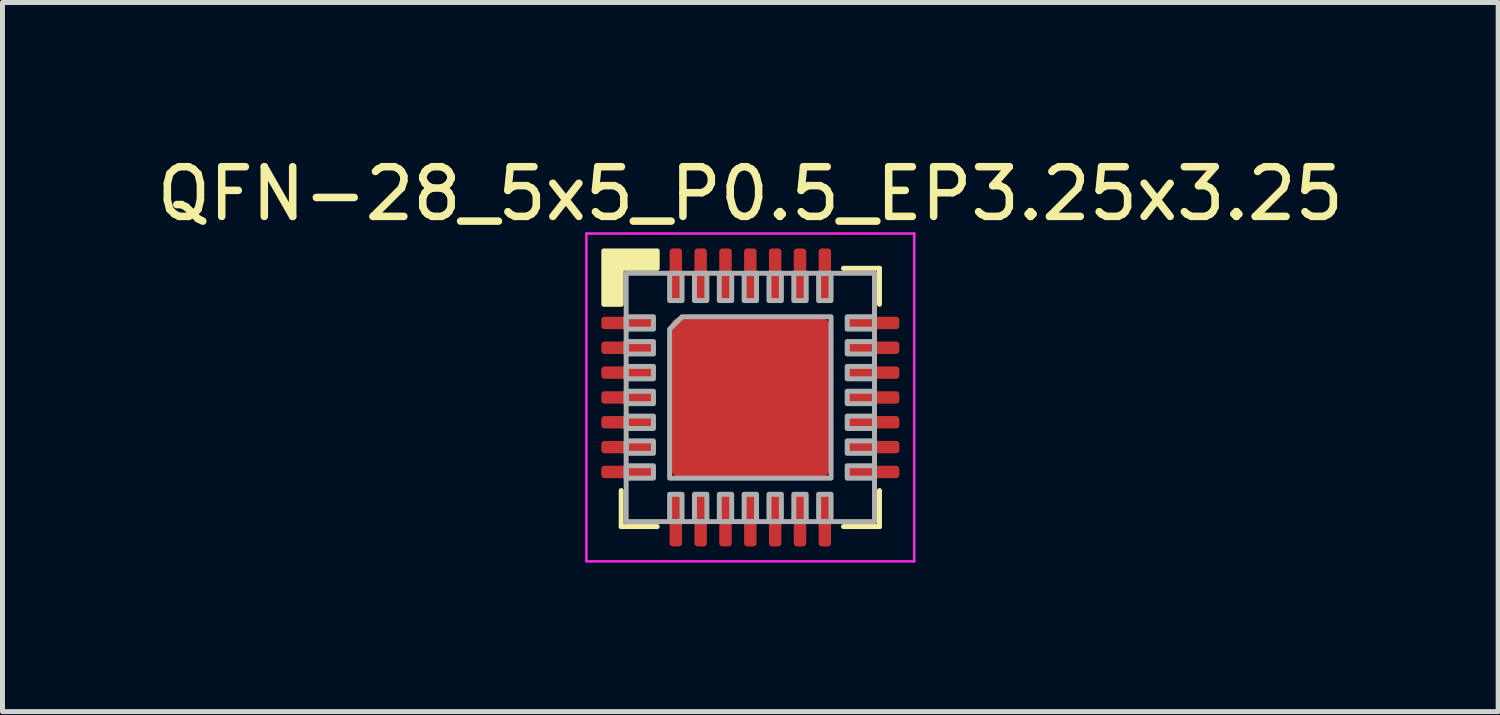
<source format=kicad_pcb>
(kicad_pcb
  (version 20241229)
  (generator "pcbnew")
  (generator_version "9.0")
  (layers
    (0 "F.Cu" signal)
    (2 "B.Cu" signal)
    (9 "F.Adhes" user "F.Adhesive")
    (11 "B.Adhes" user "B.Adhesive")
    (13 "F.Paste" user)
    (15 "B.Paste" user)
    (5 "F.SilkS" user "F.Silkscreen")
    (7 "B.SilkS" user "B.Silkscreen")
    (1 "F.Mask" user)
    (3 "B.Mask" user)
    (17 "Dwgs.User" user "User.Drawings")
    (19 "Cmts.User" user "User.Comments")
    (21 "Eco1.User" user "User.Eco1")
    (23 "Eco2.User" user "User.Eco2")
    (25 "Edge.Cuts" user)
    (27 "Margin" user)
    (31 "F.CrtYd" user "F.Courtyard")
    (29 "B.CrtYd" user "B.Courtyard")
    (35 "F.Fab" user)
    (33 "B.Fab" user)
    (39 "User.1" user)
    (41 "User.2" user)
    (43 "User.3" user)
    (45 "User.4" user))
  (footprint "QFN-28_5x5_P0.5_EP3.25x3.25"
    (layer "F.Cu")
    (at 12.057 4.952)
    (property "Reference" "QFN-28_5x5_P0.5_EP3.25x3.25" (at 0 -4.1 0) (layer "F.SilkS") (effects (font (size 1 1) (thickness 0.152))))
    (attr smd)
    (fp_line (start -2.6 1.875) (end -2.6 2.6) (stroke (width 0.1) (type solid)) (layer "F.SilkS"))
    (fp_line (start -1.875 2.6) (end -2.6 2.6) (stroke (width 0.1) (type solid)) (layer "F.SilkS"))
    (fp_line (start 1.875 -2.6) (end 2.6 -2.6) (stroke (width 0.1) (type solid)) (layer "F.SilkS"))
    (fp_line (start 1.875 2.6) (end 2.6 2.6) (stroke (width 0.1) (type solid)) (layer "F.SilkS"))
    (fp_line (start 2.6 -1.875) (end 2.6 -2.6) (stroke (width 0.1) (type solid)) (layer "F.SilkS"))
    (fp_line (start 2.6 1.875) (end 2.6 2.6) (stroke (width 0.1) (type solid)) (layer "F.SilkS"))
    (fp_poly (pts (xy -1.875 -2.6) (xy -2.6 -2.6) (xy -2.6 -1.875) (xy -2.95 -1.875) (xy -2.95 -2.95) (xy -1.875 -2.95)) (stroke (width 0.1) (type solid)) (fill yes) (layer "F.SilkS"))
    (fp_line (start -3.3 -3.3) (end -3.3 3.3) (stroke (width 0.05) (type solid)) (layer "F.CrtYd"))
    (fp_line (start -3.3 3.3) (end 3.3 3.3) (stroke (width 0.05) (type solid)) (layer "F.CrtYd"))
    (fp_line (start 3.3 -3.3) (end -3.3 -3.3) (stroke (width 0.05) (type solid)) (layer "F.CrtYd"))
    (fp_line (start 3.3 3.3) (end 3.3 -3.3) (stroke (width 0.05) (type solid)) (layer "F.CrtYd"))
    (fp_line (start -2.5 -2.5) (end 2.5 -2.5) (stroke (width 0.1) (type solid)) (layer "F.Fab"))
    (fp_line (start -2.5 2.5) (end -2.5 -2.5) (stroke (width 0.1) (type solid)) (layer "F.Fab"))
    (fp_line (start 2.5 -2.5) (end 2.5 2.5) (stroke (width 0.1) (type solid)) (layer "F.Fab"))
    (fp_line (start 2.5 2.5) (end -2.5 2.5) (stroke (width 0.1) (type solid)) (layer "F.Fab"))
    (fp_poly (pts (xy -1.95 -1.625) (xy -1.95 -1.375) (xy -2.5 -1.375) (xy -2.5 -1.625)) (stroke (width 0.1) (type solid)) (fill no) (layer "F.Fab"))
    (fp_poly (pts (xy -1.95 -1.125) (xy -1.95 -0.875) (xy -2.5 -0.875) (xy -2.5 -1.125)) (stroke (width 0.1) (type solid)) (fill no) (layer "F.Fab"))
    (fp_poly (pts (xy -1.95 -0.625) (xy -1.95 -0.375) (xy -2.5 -0.375) (xy -2.5 -0.625)) (stroke (width 0.1) (type solid)) (fill no) (layer "F.Fab"))
    (fp_poly (pts (xy -1.95 -0.125) (xy -1.95 0.125) (xy -2.5 0.125) (xy -2.5 -0.125)) (stroke (width 0.1) (type solid)) (fill no) (layer "F.Fab"))
    (fp_poly (pts (xy -1.95 0.375) (xy -1.95 0.625) (xy -2.5 0.625) (xy -2.5 0.375)) (stroke (width 0.1) (type solid)) (fill no) (layer "F.Fab"))
    (fp_poly (pts (xy -1.95 0.875) (xy -1.95 1.125) (xy -2.5 1.125) (xy -2.5 0.875)) (stroke (width 0.1) (type solid)) (fill no) (layer "F.Fab"))
    (fp_poly (pts (xy -1.95 1.375) (xy -1.95 1.625) (xy -2.5 1.625) (xy -2.5 1.375)) (stroke (width 0.1) (type solid)) (fill no) (layer "F.Fab"))
    (fp_poly (pts (xy -1.625 1.95) (xy -1.375 1.95) (xy -1.375 2.5) (xy -1.625 2.5)) (stroke (width 0.1) (type solid)) (fill no) (layer "F.Fab"))
    (fp_poly (pts (xy -1.375 -1.95) (xy -1.625 -1.95) (xy -1.625 -2.5) (xy -1.375 -2.5)) (stroke (width 0.1) (type solid)) (fill no) (layer "F.Fab"))
    (fp_poly (pts (xy -1.125 1.95) (xy -0.875 1.95) (xy -0.875 2.5) (xy -1.125 2.5)) (stroke (width 0.1) (type solid)) (fill no) (layer "F.Fab"))
    (fp_poly (pts (xy -0.875 -1.95) (xy -1.125 -1.95) (xy -1.125 -2.5) (xy -0.875 -2.5)) (stroke (width 0.1) (type solid)) (fill no) (layer "F.Fab"))
    (fp_poly (pts (xy -0.625 1.95) (xy -0.375 1.95) (xy -0.375 2.5) (xy -0.625 2.5)) (stroke (width 0.1) (type solid)) (fill no) (layer "F.Fab"))
    (fp_poly (pts (xy -0.375 -1.95) (xy -0.625 -1.95) (xy -0.625 -2.5) (xy -0.375 -2.5)) (stroke (width 0.1) (type solid)) (fill no) (layer "F.Fab"))
    (fp_poly (pts (xy -0.125 1.95) (xy 0.125 1.95) (xy 0.125 2.5) (xy -0.125 2.5)) (stroke (width 0.1) (type solid)) (fill no) (layer "F.Fab"))
    (fp_poly (pts (xy 0.125 -1.95) (xy -0.125 -1.95) (xy -0.125 -2.5) (xy 0.125 -2.5)) (stroke (width 0.1) (type solid)) (fill no) (layer "F.Fab"))
    (fp_poly (pts (xy 0.375 1.95) (xy 0.625 1.95) (xy 0.625 2.5) (xy 0.375 2.5)) (stroke (width 0.1) (type solid)) (fill no) (layer "F.Fab"))
    (fp_poly (pts (xy 0.625 -1.95) (xy 0.375 -1.95) (xy 0.375 -2.5) (xy 0.625 -2.5)) (stroke (width 0.1) (type solid)) (fill no) (layer "F.Fab"))
    (fp_poly (pts (xy 0.875 1.95) (xy 1.125 1.95) (xy 1.125 2.5) (xy 0.875 2.5)) (stroke (width 0.1) (type solid)) (fill no) (layer "F.Fab"))
    (fp_poly (pts (xy 1.125 -1.95) (xy 0.875 -1.95) (xy 0.875 -2.5) (xy 1.125 -2.5)) (stroke (width 0.1) (type solid)) (fill no) (layer "F.Fab"))
    (fp_poly (pts (xy 1.375 1.95) (xy 1.625 1.95) (xy 1.625 2.5) (xy 1.375 2.5)) (stroke (width 0.1) (type solid)) (fill no) (layer "F.Fab"))
    (fp_poly (pts (xy 1.625 -1.95) (xy 1.375 -1.95) (xy 1.375 -2.5) (xy 1.625 -2.5)) (stroke (width 0.1) (type solid)) (fill no) (layer "F.Fab"))
    (fp_poly (pts (xy 1.95 -1.375) (xy 1.95 -1.625) (xy 2.5 -1.625) (xy 2.5 -1.375)) (stroke (width 0.1) (type solid)) (fill no) (layer "F.Fab"))
    (fp_poly (pts (xy 1.95 -0.875) (xy 1.95 -1.125) (xy 2.5 -1.125) (xy 2.5 -0.875)) (stroke (width 0.1) (type solid)) (fill no) (layer "F.Fab"))
    (fp_poly (pts (xy 1.95 -0.375) (xy 1.95 -0.625) (xy 2.5 -0.625) (xy 2.5 -0.375)) (stroke (width 0.1) (type solid)) (fill no) (layer "F.Fab"))
    (fp_poly (pts (xy 1.95 0.125) (xy 1.95 -0.125) (xy 2.5 -0.125) (xy 2.5 0.125)) (stroke (width 0.1) (type solid)) (fill no) (layer "F.Fab"))
    (fp_poly (pts (xy 1.95 0.625) (xy 1.95 0.375) (xy 2.5 0.375) (xy 2.5 0.625)) (stroke (width 0.1) (type solid)) (fill no) (layer "F.Fab"))
    (fp_poly (pts (xy 1.95 1.125) (xy 1.95 0.875) (xy 2.5 0.875) (xy 2.5 1.125)) (stroke (width 0.1) (type solid)) (fill no) (layer "F.Fab"))
    (fp_poly (pts (xy 1.95 1.625) (xy 1.95 1.375) (xy 2.5 1.375) (xy 2.5 1.625)) (stroke (width 0.1) (type solid)) (fill no) (layer "F.Fab"))
    (fp_poly (pts (xy 1.625 1.625) (xy -1.625 1.625) (xy -1.625 -1.375) (xy -1.375 -1.625) (xy 1.625 -1.625)) (stroke (width 0.1) (type solid)) (fill no) (layer "F.Fab"))
    (pad "" smd roundrect (at -0.812 -0.812) (size 1.16 1.16) (layers "F.Paste") (roundrect_rratio 0.086))
    (pad "" smd roundrect (at -0.812 0.812) (size 1.16 1.16) (layers "F.Paste") (roundrect_rratio 0.086))
    (pad "" smd roundrect (at 0.812 -0.812) (size 1.16 1.16) (layers "F.Paste") (roundrect_rratio 0.086))
    (pad "" smd roundrect (at 0.812 0.812) (size 1.16 1.16) (layers "F.Paste") (roundrect_rratio 0.086))
    (pad "1" smd roundrect (at -2.475 -1.5) (size 1.05 0.25) (layers "F.Cu" "F.Mask" "F.Paste") (roundrect_rratio 0.25))
    (pad "2" smd roundrect (at -2.475 -1) (size 1.05 0.25) (layers "F.Cu" "F.Mask" "F.Paste") (roundrect_rratio 0.25))
    (pad "3" smd roundrect (at -2.475 -0.5) (size 1.05 0.25) (layers "F.Cu" "F.Mask" "F.Paste") (roundrect_rratio 0.25))
    (pad "4" smd roundrect (at -2.475 0) (size 1.05 0.25) (layers "F.Cu" "F.Mask" "F.Paste") (roundrect_rratio 0.25))
    (pad "5" smd roundrect (at -2.475 0.5) (size 1.05 0.25) (layers "F.Cu" "F.Mask" "F.Paste") (roundrect_rratio 0.25))
    (pad "6" smd roundrect (at -2.475 1) (size 1.05 0.25) (layers "F.Cu" "F.Mask" "F.Paste") (roundrect_rratio 0.25))
    (pad "7" smd roundrect (at -2.475 1.5 180) (size 1.05 0.25) (layers "F.Cu" "F.Mask" "F.Paste") (roundrect_rratio 0.25))
    (pad "8" smd roundrect (at -1.5 2.475 90) (size 1.05 0.25) (layers "F.Cu" "F.Mask" "F.Paste") (roundrect_rratio 0.25))
    (pad "9" smd roundrect (at -1 2.475 90) (size 1.05 0.25) (layers "F.Cu" "F.Mask" "F.Paste") (roundrect_rratio 0.25))
    (pad "10" smd roundrect (at -0.5 2.475 90) (size 1.05 0.25) (layers "F.Cu" "F.Mask" "F.Paste") (roundrect_rratio 0.25))
    (pad "11" smd roundrect (at 0 2.475 90) (size 1.05 0.25) (layers "F.Cu" "F.Mask" "F.Paste") (roundrect_rratio 0.25))
    (pad "12" smd roundrect (at 0.5 2.475 90) (size 1.05 0.25) (layers "F.Cu" "F.Mask" "F.Paste") (roundrect_rratio 0.25))
    (pad "13" smd roundrect (at 1 2.475 270) (size 1.05 0.25) (layers "F.Cu" "F.Mask" "F.Paste") (roundrect_rratio 0.25))
    (pad "14" smd roundrect (at 1.5 2.475 270) (size 1.05 0.25) (layers "F.Cu" "F.Mask" "F.Paste") (roundrect_rratio 0.25))
    (pad "15" smd roundrect (at 2.475 1.5) (size 1.05 0.25) (layers "F.Cu" "F.Mask" "F.Paste") (roundrect_rratio 0.25))
    (pad "16" smd roundrect (at 2.475 1) (size 1.05 0.25) (layers "F.Cu" "F.Mask" "F.Paste") (roundrect_rratio 0.25))
    (pad "17" smd roundrect (at 2.475 0.5) (size 1.05 0.25) (layers "F.Cu" "F.Mask" "F.Paste") (roundrect_rratio 0.25))
    (pad "18" smd roundrect (at 2.475 0) (size 1.05 0.25) (layers "F.Cu" "F.Mask" "F.Paste") (roundrect_rratio 0.25))
    (pad "19" smd roundrect (at 2.475 -0.5) (size 1.05 0.25) (layers "F.Cu" "F.Mask" "F.Paste") (roundrect_rratio 0.25))
    (pad "20" smd roundrect (at 2.475 -1) (size 1.05 0.25) (layers "F.Cu" "F.Mask" "F.Paste") (roundrect_rratio 0.25))
    (pad "21" smd roundrect (at 2.475 -1.5) (size 1.05 0.25) (layers "F.Cu" "F.Mask" "F.Paste") (roundrect_rratio 0.25))
    (pad "22" smd roundrect (at 1.5 -2.475 90) (size 1.05 0.25) (layers "F.Cu" "F.Mask" "F.Paste") (roundrect_rratio 0.25))
    (pad "23" smd roundrect (at 1 -2.475 90) (size 1.05 0.25) (layers "F.Cu" "F.Mask" "F.Paste") (roundrect_rratio 0.25))
    (pad "24" smd roundrect (at 0.5 -2.475 90) (size 1.05 0.25) (layers "F.Cu" "F.Mask" "F.Paste") (roundrect_rratio 0.25))
    (pad "25" smd roundrect (at 0 -2.475 90) (size 1.05 0.25) (layers "F.Cu" "F.Mask" "F.Paste") (roundrect_rratio 0.25))
    (pad "26" smd roundrect (at -0.5 -2.475 90) (size 1.05 0.25) (layers "F.Cu" "F.Mask" "F.Paste") (roundrect_rratio 0.25))
    (pad "27" smd roundrect (at -1 -2.475 90) (size 1.05 0.25) (layers "F.Cu" "F.Mask" "F.Paste") (roundrect_rratio 0.25))
    (pad "28" smd roundrect (at -1.5 -2.475 90) (size 1.05 0.25) (layers "F.Cu" "F.Mask" "F.Paste") (roundrect_rratio 0.25))
    (pad "29" smd roundrect (at 0 0) (size 3.25 3.25) (layers "F.Cu" "F.Mask") (roundrect_rratio 0.077)))
  (gr_rect
    (start -3 -3)
    (end 27.114 11.277)
    (stroke (width 0.1) (type default))
    (fill no)
    (layer "Edge.Cuts")))
</source>
